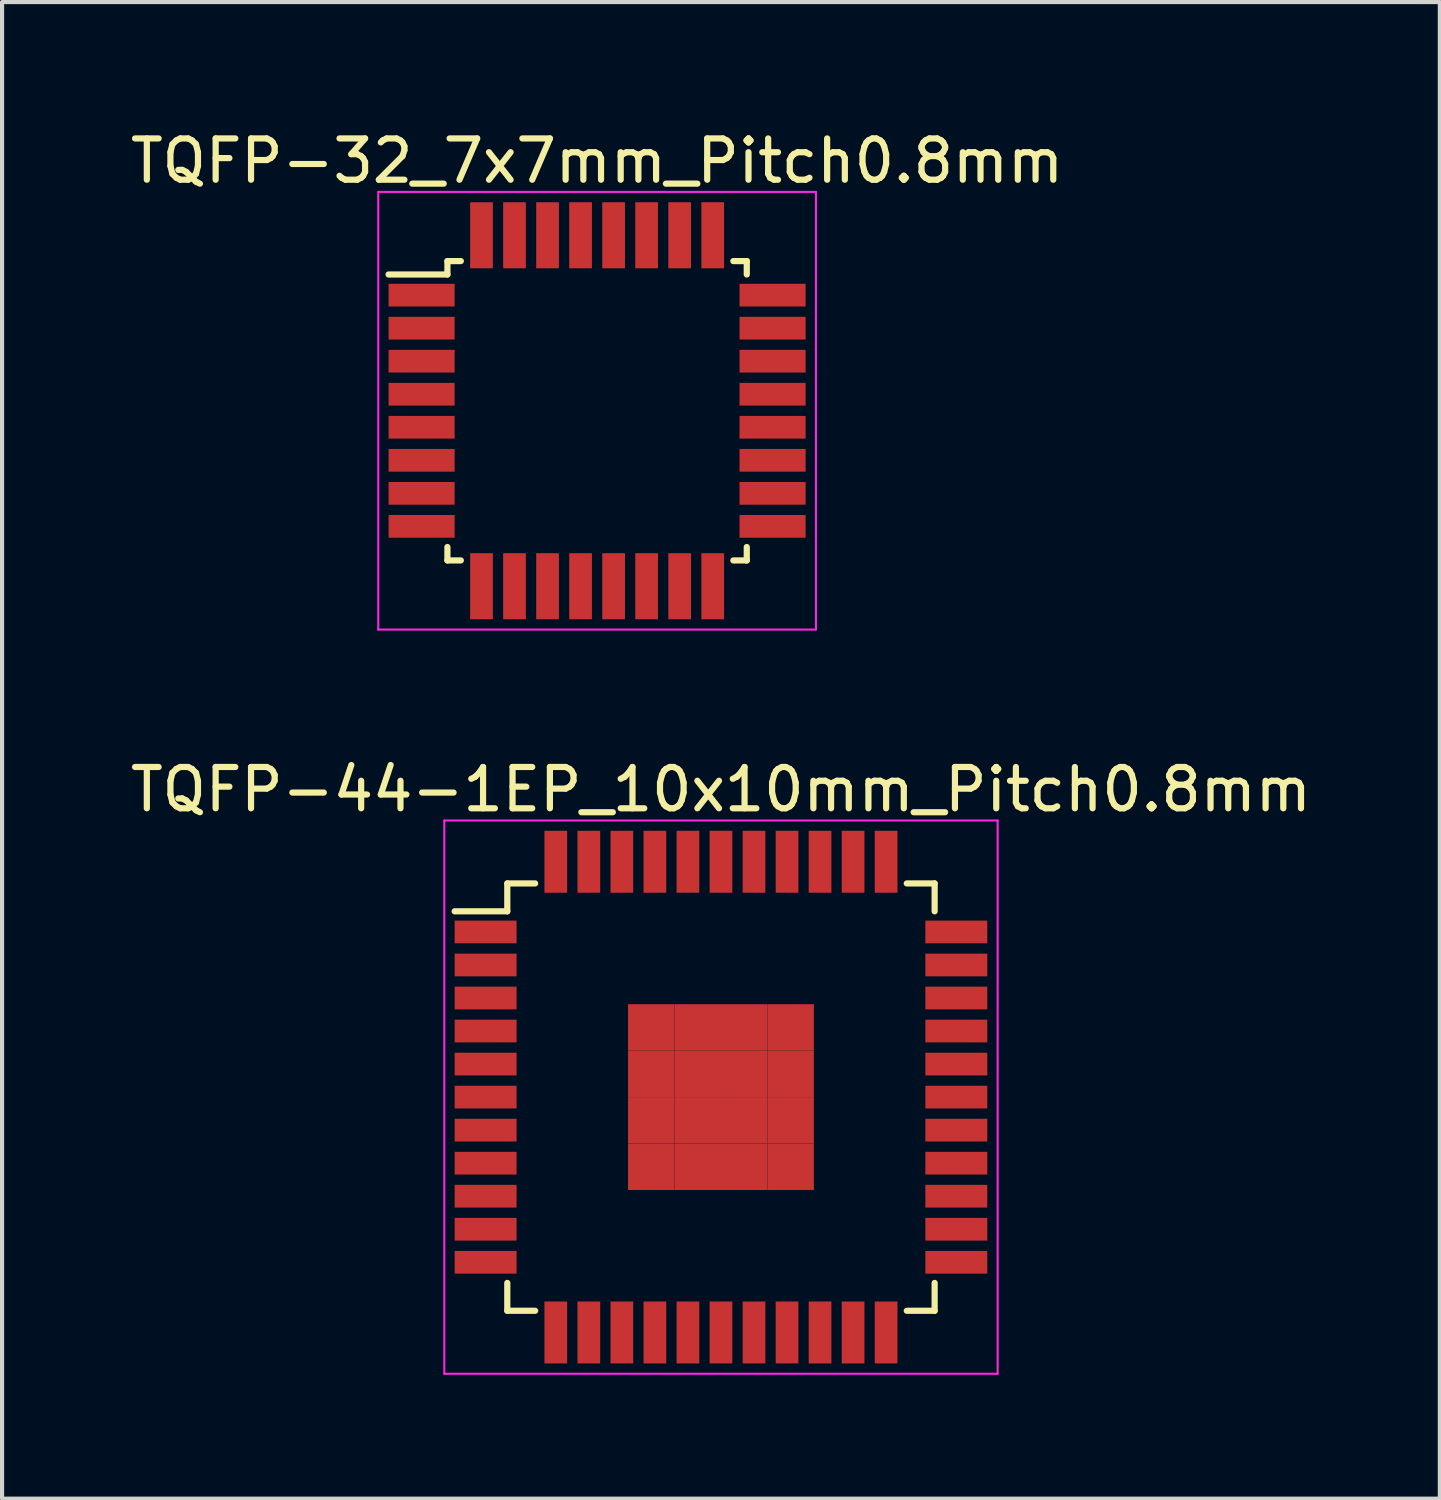
<source format=kicad_pcb>
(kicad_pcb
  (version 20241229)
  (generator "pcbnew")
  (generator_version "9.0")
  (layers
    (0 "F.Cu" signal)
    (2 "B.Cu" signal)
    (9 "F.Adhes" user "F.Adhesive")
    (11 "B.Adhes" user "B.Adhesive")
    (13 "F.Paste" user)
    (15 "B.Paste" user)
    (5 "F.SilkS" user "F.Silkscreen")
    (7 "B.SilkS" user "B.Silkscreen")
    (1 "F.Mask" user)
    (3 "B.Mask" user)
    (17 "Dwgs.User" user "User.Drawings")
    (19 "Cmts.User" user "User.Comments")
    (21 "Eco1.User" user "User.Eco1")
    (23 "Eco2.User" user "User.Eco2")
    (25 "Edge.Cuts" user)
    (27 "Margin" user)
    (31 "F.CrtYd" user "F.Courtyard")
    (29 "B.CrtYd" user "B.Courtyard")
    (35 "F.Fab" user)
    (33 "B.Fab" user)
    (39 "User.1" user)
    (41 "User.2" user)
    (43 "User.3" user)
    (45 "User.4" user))
  (footprint "TQFP-32_7x7mm_Pitch0.8mm"
    (layer "F.Cu")
    (at 11.411 6.898)
    (property "Reference" "TQFP-32_7x7mm_Pitch0.8mm" (at 0 -6.05 0) (layer "F.SilkS") (effects (font (size 1 1) (thickness 0.15))))
    (attr smd)
    (fp_line (start -3.625 -3.625) (end -3.625 -3.3) (stroke (width 0.15) (type solid)) (layer "F.SilkS"))
    (fp_line (start -3.625 -3.625) (end -3.3 -3.625) (stroke (width 0.15) (type solid)) (layer "F.SilkS"))
    (fp_line (start -3.625 -3.3) (end -5.05 -3.3) (stroke (width 0.15) (type solid)) (layer "F.SilkS"))
    (fp_line (start -3.625 3.625) (end -3.625 3.3) (stroke (width 0.15) (type solid)) (layer "F.SilkS"))
    (fp_line (start -3.625 3.625) (end -3.3 3.625) (stroke (width 0.15) (type solid)) (layer "F.SilkS"))
    (fp_line (start 3.625 -3.625) (end 3.3 -3.625) (stroke (width 0.15) (type solid)) (layer "F.SilkS"))
    (fp_line (start 3.625 -3.625) (end 3.625 -3.3) (stroke (width 0.15) (type solid)) (layer "F.SilkS"))
    (fp_line (start 3.625 3.625) (end 3.3 3.625) (stroke (width 0.15) (type solid)) (layer "F.SilkS"))
    (fp_line (start 3.625 3.625) (end 3.625 3.3) (stroke (width 0.15) (type solid)) (layer "F.SilkS"))
    (fp_line (start -5.3 -5.3) (end -5.3 5.3) (stroke (width 0.05) (type solid)) (layer "F.CrtYd"))
    (fp_line (start -5.3 -5.3) (end 5.3 -5.3) (stroke (width 0.05) (type solid)) (layer "F.CrtYd"))
    (fp_line (start -5.3 5.3) (end 5.3 5.3) (stroke (width 0.05) (type solid)) (layer "F.CrtYd"))
    (fp_line (start 5.3 -5.3) (end 5.3 5.3) (stroke (width 0.05) (type solid)) (layer "F.CrtYd"))
    (pad "1" smd rect (at -4.25 -2.8) (size 1.6 0.55) (layers "F.Cu" "F.Mask" "F.Paste"))
    (pad "2" smd rect (at -4.25 -2) (size 1.6 0.55) (layers "F.Cu" "F.Mask" "F.Paste"))
    (pad "3" smd rect (at -4.25 -1.2) (size 1.6 0.55) (layers "F.Cu" "F.Mask" "F.Paste"))
    (pad "4" smd rect (at -4.25 -0.4) (size 1.6 0.55) (layers "F.Cu" "F.Mask" "F.Paste"))
    (pad "5" smd rect (at -4.25 0.4) (size 1.6 0.55) (layers "F.Cu" "F.Mask" "F.Paste"))
    (pad "6" smd rect (at -4.25 1.2) (size 1.6 0.55) (layers "F.Cu" "F.Mask" "F.Paste"))
    (pad "7" smd rect (at -4.25 2) (size 1.6 0.55) (layers "F.Cu" "F.Mask" "F.Paste"))
    (pad "8" smd rect (at -4.25 2.8) (size 1.6 0.55) (layers "F.Cu" "F.Mask" "F.Paste"))
    (pad "9" smd rect (at -2.8 4.25 90) (size 1.6 0.55) (layers "F.Cu" "F.Mask" "F.Paste"))
    (pad "10" smd rect (at -2 4.25 90) (size 1.6 0.55) (layers "F.Cu" "F.Mask" "F.Paste"))
    (pad "11" smd rect (at -1.2 4.25 90) (size 1.6 0.55) (layers "F.Cu" "F.Mask" "F.Paste"))
    (pad "12" smd rect (at -0.4 4.25 90) (size 1.6 0.55) (layers "F.Cu" "F.Mask" "F.Paste"))
    (pad "13" smd rect (at 0.4 4.25 90) (size 1.6 0.55) (layers "F.Cu" "F.Mask" "F.Paste"))
    (pad "14" smd rect (at 1.2 4.25 90) (size 1.6 0.55) (layers "F.Cu" "F.Mask" "F.Paste"))
    (pad "15" smd rect (at 2 4.25 90) (size 1.6 0.55) (layers "F.Cu" "F.Mask" "F.Paste"))
    (pad "16" smd rect (at 2.8 4.25 90) (size 1.6 0.55) (layers "F.Cu" "F.Mask" "F.Paste"))
    (pad "17" smd rect (at 4.25 2.8) (size 1.6 0.55) (layers "F.Cu" "F.Mask" "F.Paste"))
    (pad "18" smd rect (at 4.25 2) (size 1.6 0.55) (layers "F.Cu" "F.Mask" "F.Paste"))
    (pad "19" smd rect (at 4.25 1.2) (size 1.6 0.55) (layers "F.Cu" "F.Mask" "F.Paste"))
    (pad "20" smd rect (at 4.25 0.4) (size 1.6 0.55) (layers "F.Cu" "F.Mask" "F.Paste"))
    (pad "21" smd rect (at 4.25 -0.4) (size 1.6 0.55) (layers "F.Cu" "F.Mask" "F.Paste"))
    (pad "22" smd rect (at 4.25 -1.2) (size 1.6 0.55) (layers "F.Cu" "F.Mask" "F.Paste"))
    (pad "23" smd rect (at 4.25 -2) (size 1.6 0.55) (layers "F.Cu" "F.Mask" "F.Paste"))
    (pad "24" smd rect (at 4.25 -2.8) (size 1.6 0.55) (layers "F.Cu" "F.Mask" "F.Paste"))
    (pad "25" smd rect (at 2.8 -4.25 90) (size 1.6 0.55) (layers "F.Cu" "F.Mask" "F.Paste"))
    (pad "26" smd rect (at 2 -4.25 90) (size 1.6 0.55) (layers "F.Cu" "F.Mask" "F.Paste"))
    (pad "27" smd rect (at 1.2 -4.25 90) (size 1.6 0.55) (layers "F.Cu" "F.Mask" "F.Paste"))
    (pad "28" smd rect (at 0.4 -4.25 90) (size 1.6 0.55) (layers "F.Cu" "F.Mask" "F.Paste"))
    (pad "29" smd rect (at -0.4 -4.25 90) (size 1.6 0.55) (layers "F.Cu" "F.Mask" "F.Paste"))
    (pad "30" smd rect (at -1.2 -4.25 90) (size 1.6 0.55) (layers "F.Cu" "F.Mask" "F.Paste"))
    (pad "31" smd rect (at -2 -4.25 90) (size 1.6 0.55) (layers "F.Cu" "F.Mask" "F.Paste"))
    (pad "32" smd rect (at -2.8 -4.25 90) (size 1.6 0.55) (layers "F.Cu" "F.Mask" "F.Paste")))
  (footprint "TQFP-44-1EP_10x10mm_Pitch0.8mm"
    (layer "F.Cu")
    (at 14.411 23.521)
    (property "Reference" "TQFP-44-1EP_10x10mm_Pitch0.8mm" (at 0 -7.45 0) (layer "F.SilkS") (effects (font (size 1 1) (thickness 0.15))))
    (attr smd)
    (fp_line (start -5.175 -5.175) (end -5.175 -4.5) (stroke (width 0.15) (type solid)) (layer "F.SilkS"))
    (fp_line (start -5.175 -5.175) (end -4.5 -5.175) (stroke (width 0.15) (type solid)) (layer "F.SilkS"))
    (fp_line (start -5.175 -4.5) (end -6.45 -4.5) (stroke (width 0.15) (type solid)) (layer "F.SilkS"))
    (fp_line (start -5.175 5.175) (end -5.175 4.5) (stroke (width 0.15) (type solid)) (layer "F.SilkS"))
    (fp_line (start -5.175 5.175) (end -4.5 5.175) (stroke (width 0.15) (type solid)) (layer "F.SilkS"))
    (fp_line (start 5.175 -5.175) (end 4.5 -5.175) (stroke (width 0.15) (type solid)) (layer "F.SilkS"))
    (fp_line (start 5.175 -5.175) (end 5.175 -4.5) (stroke (width 0.15) (type solid)) (layer "F.SilkS"))
    (fp_line (start 5.175 5.175) (end 4.5 5.175) (stroke (width 0.15) (type solid)) (layer "F.SilkS"))
    (fp_line (start 5.175 5.175) (end 5.175 4.5) (stroke (width 0.15) (type solid)) (layer "F.SilkS"))
    (fp_line (start -6.7 -6.7) (end -6.7 6.7) (stroke (width 0.05) (type solid)) (layer "F.CrtYd"))
    (fp_line (start -6.7 -6.7) (end 6.7 -6.7) (stroke (width 0.05) (type solid)) (layer "F.CrtYd"))
    (fp_line (start -6.7 6.7) (end 6.7 6.7) (stroke (width 0.05) (type solid)) (layer "F.CrtYd"))
    (fp_line (start 6.7 -6.7) (end 6.7 6.7) (stroke (width 0.05) (type solid)) (layer "F.CrtYd"))
    (pad "1" smd rect (at -5.7 -4) (size 1.5 0.55) (layers "F.Cu" "F.Mask" "F.Paste"))
    (pad "2" smd rect (at -5.7 -3.2) (size 1.5 0.55) (layers "F.Cu" "F.Mask" "F.Paste"))
    (pad "3" smd rect (at -5.7 -2.4) (size 1.5 0.55) (layers "F.Cu" "F.Mask" "F.Paste"))
    (pad "4" smd rect (at -5.7 -1.6) (size 1.5 0.55) (layers "F.Cu" "F.Mask" "F.Paste"))
    (pad "5" smd rect (at -5.7 -0.8) (size 1.5 0.55) (layers "F.Cu" "F.Mask" "F.Paste"))
    (pad "6" smd rect (at -5.7 0) (size 1.5 0.55) (layers "F.Cu" "F.Mask" "F.Paste"))
    (pad "7" smd rect (at -5.7 0.8) (size 1.5 0.55) (layers "F.Cu" "F.Mask" "F.Paste"))
    (pad "8" smd rect (at -5.7 1.6) (size 1.5 0.55) (layers "F.Cu" "F.Mask" "F.Paste"))
    (pad "9" smd rect (at -5.7 2.4) (size 1.5 0.55) (layers "F.Cu" "F.Mask" "F.Paste"))
    (pad "10" smd rect (at -5.7 3.2) (size 1.5 0.55) (layers "F.Cu" "F.Mask" "F.Paste"))
    (pad "11" smd rect (at -5.7 4) (size 1.5 0.55) (layers "F.Cu" "F.Mask" "F.Paste"))
    (pad "12" smd rect (at -4 5.7 90) (size 1.5 0.55) (layers "F.Cu" "F.Mask" "F.Paste"))
    (pad "13" smd rect (at -3.2 5.7 90) (size 1.5 0.55) (layers "F.Cu" "F.Mask" "F.Paste"))
    (pad "14" smd rect (at -2.4 5.7 90) (size 1.5 0.55) (layers "F.Cu" "F.Mask" "F.Paste"))
    (pad "15" smd rect (at -1.6 5.7 90) (size 1.5 0.55) (layers "F.Cu" "F.Mask" "F.Paste"))
    (pad "16" smd rect (at -0.8 5.7 90) (size 1.5 0.55) (layers "F.Cu" "F.Mask" "F.Paste"))
    (pad "17" smd rect (at 0 5.7 90) (size 1.5 0.55) (layers "F.Cu" "F.Mask" "F.Paste"))
    (pad "18" smd rect (at 0.8 5.7 90) (size 1.5 0.55) (layers "F.Cu" "F.Mask" "F.Paste"))
    (pad "19" smd rect (at 1.6 5.7 90) (size 1.5 0.55) (layers "F.Cu" "F.Mask" "F.Paste"))
    (pad "20" smd rect (at 2.4 5.7 90) (size 1.5 0.55) (layers "F.Cu" "F.Mask" "F.Paste"))
    (pad "21" smd rect (at 3.2 5.7 90) (size 1.5 0.55) (layers "F.Cu" "F.Mask" "F.Paste"))
    (pad "22" smd rect (at 4 5.7 90) (size 1.5 0.55) (layers "F.Cu" "F.Mask" "F.Paste"))
    (pad "23" smd rect (at 5.7 4) (size 1.5 0.55) (layers "F.Cu" "F.Mask" "F.Paste"))
    (pad "24" smd rect (at 5.7 3.2) (size 1.5 0.55) (layers "F.Cu" "F.Mask" "F.Paste"))
    (pad "25" smd rect (at 5.7 2.4) (size 1.5 0.55) (layers "F.Cu" "F.Mask" "F.Paste"))
    (pad "26" smd rect (at 5.7 1.6) (size 1.5 0.55) (layers "F.Cu" "F.Mask" "F.Paste"))
    (pad "27" smd rect (at 5.7 0.8) (size 1.5 0.55) (layers "F.Cu" "F.Mask" "F.Paste"))
    (pad "28" smd rect (at 5.7 0) (size 1.5 0.55) (layers "F.Cu" "F.Mask" "F.Paste"))
    (pad "29" smd rect (at 5.7 -0.8) (size 1.5 0.55) (layers "F.Cu" "F.Mask" "F.Paste"))
    (pad "30" smd rect (at 5.7 -1.6) (size 1.5 0.55) (layers "F.Cu" "F.Mask" "F.Paste"))
    (pad "31" smd rect (at 5.7 -2.4) (size 1.5 0.55) (layers "F.Cu" "F.Mask" "F.Paste"))
    (pad "32" smd rect (at 5.7 -3.2) (size 1.5 0.55) (layers "F.Cu" "F.Mask" "F.Paste"))
    (pad "33" smd rect (at 5.7 -4) (size 1.5 0.55) (layers "F.Cu" "F.Mask" "F.Paste"))
    (pad "34" smd rect (at 4 -5.7 90) (size 1.5 0.55) (layers "F.Cu" "F.Mask" "F.Paste"))
    (pad "35" smd rect (at 3.2 -5.7 90) (size 1.5 0.55) (layers "F.Cu" "F.Mask" "F.Paste"))
    (pad "36" smd rect (at 2.4 -5.7 90) (size 1.5 0.55) (layers "F.Cu" "F.Mask" "F.Paste"))
    (pad "37" smd rect (at 1.6 -5.7 90) (size 1.5 0.55) (layers "F.Cu" "F.Mask" "F.Paste"))
    (pad "38" smd rect (at 0.8 -5.7 90) (size 1.5 0.55) (layers "F.Cu" "F.Mask" "F.Paste"))
    (pad "39" smd rect (at 0 -5.7 90) (size 1.5 0.55) (layers "F.Cu" "F.Mask" "F.Paste"))
    (pad "40" smd rect (at -0.8 -5.7 90) (size 1.5 0.55) (layers "F.Cu" "F.Mask" "F.Paste"))
    (pad "41" smd rect (at -1.6 -5.7 90) (size 1.5 0.55) (layers "F.Cu" "F.Mask" "F.Paste"))
    (pad "42" smd rect (at -2.4 -5.7 90) (size 1.5 0.55) (layers "F.Cu" "F.Mask" "F.Paste"))
    (pad "43" smd rect (at -3.2 -5.7 90) (size 1.5 0.55) (layers "F.Cu" "F.Mask" "F.Paste"))
    (pad "44" smd rect (at -4 -5.7 90) (size 1.5 0.55) (layers "F.Cu" "F.Mask" "F.Paste"))
    (pad "45" smd rect (at -1.688 -1.688) (size 1.125 1.125) (layers "F.Cu" "F.Mask" "F.Paste"))
    (pad "45" smd rect (at -1.688 -0.562) (size 1.125 1.125) (layers "F.Cu" "F.Mask" "F.Paste"))
    (pad "45" smd rect (at -1.688 0.562) (size 1.125 1.125) (layers "F.Cu" "F.Mask" "F.Paste"))
    (pad "45" smd rect (at -1.688 1.688) (size 1.125 1.125) (layers "F.Cu" "F.Mask" "F.Paste"))
    (pad "45" smd rect (at -0.562 -1.688) (size 1.125 1.125) (layers "F.Cu" "F.Mask" "F.Paste"))
    (pad "45" smd rect (at -0.562 -0.562) (size 1.125 1.125) (layers "F.Cu" "F.Mask" "F.Paste"))
    (pad "45" smd rect (at -0.562 0.562) (size 1.125 1.125) (layers "F.Cu" "F.Mask" "F.Paste"))
    (pad "45" smd rect (at -0.562 1.688) (size 1.125 1.125) (layers "F.Cu" "F.Mask" "F.Paste"))
    (pad "45" smd rect (at 0.562 -1.688) (size 1.125 1.125) (layers "F.Cu" "F.Mask" "F.Paste"))
    (pad "45" smd rect (at 0.562 -0.562) (size 1.125 1.125) (layers "F.Cu" "F.Mask" "F.Paste"))
    (pad "45" smd rect (at 0.562 0.562) (size 1.125 1.125) (layers "F.Cu" "F.Mask" "F.Paste"))
    (pad "45" smd rect (at 0.562 1.688) (size 1.125 1.125) (layers "F.Cu" "F.Mask" "F.Paste"))
    (pad "45" smd rect (at 1.688 -1.688) (size 1.125 1.125) (layers "F.Cu" "F.Mask" "F.Paste"))
    (pad "45" smd rect (at 1.688 -0.562) (size 1.125 1.125) (layers "F.Cu" "F.Mask" "F.Paste"))
    (pad "45" smd rect (at 1.688 0.562) (size 1.125 1.125) (layers "F.Cu" "F.Mask" "F.Paste"))
    (pad "45" smd rect (at 1.688 1.688) (size 1.125 1.125) (layers "F.Cu" "F.Mask" "F.Paste")))
  (gr_rect
    (start -3 -3)
    (end 31.821 33.246)
    (stroke (width 0.1) (type default))
    (fill no)
    (layer "Edge.Cuts")))
</source>
